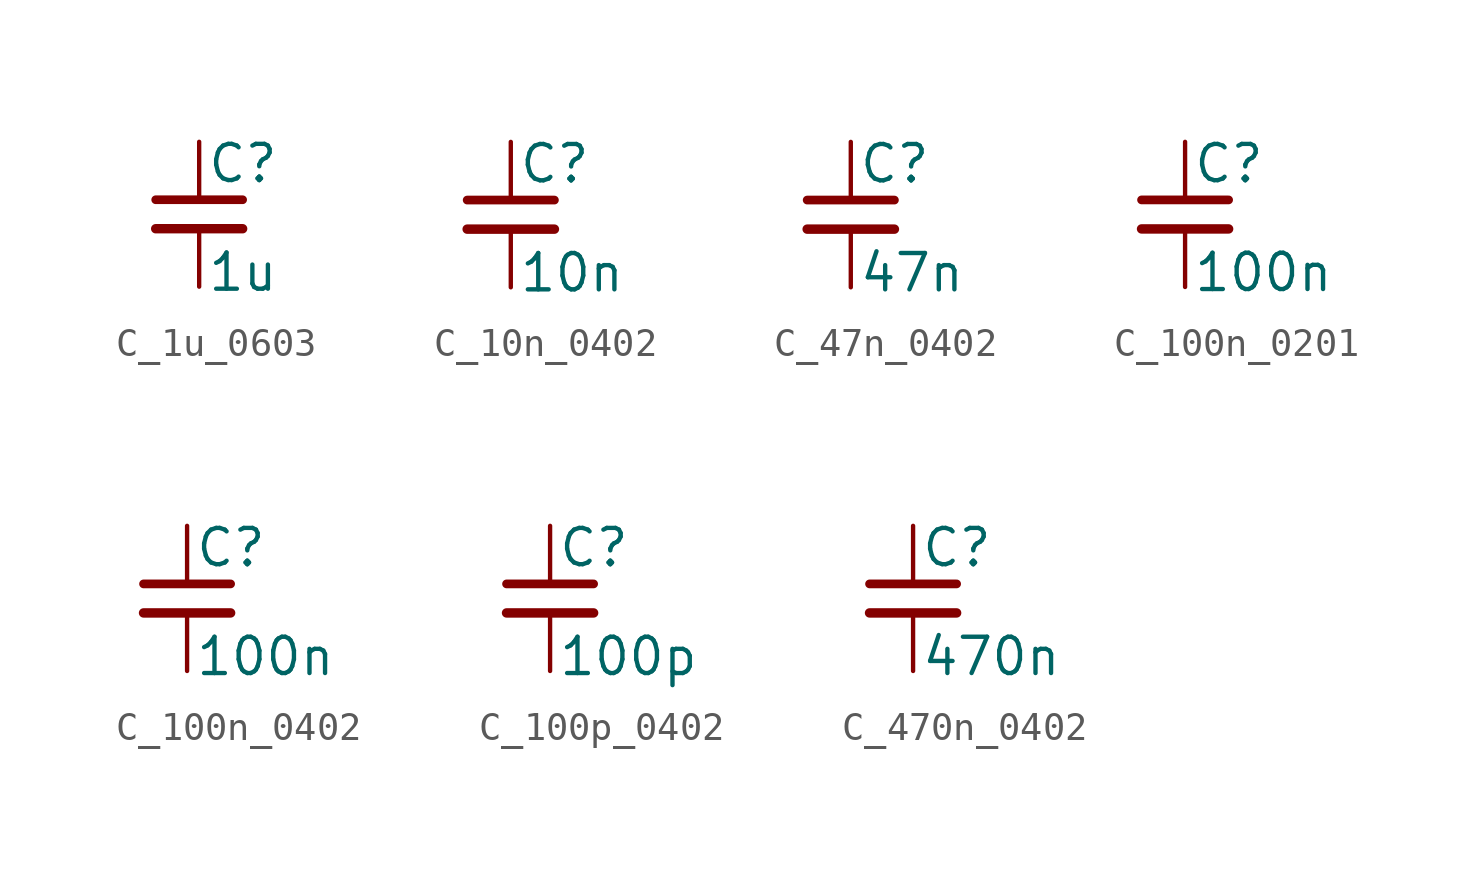
<source format=kicad_sym>
(kicad_symbol_lib
  (version 20220914)
  (generator kicad_symbol_editor)
  (symbol "C_1u_0603"
    (pin_numbers hide)
    (pin_names
      (offset 0.254) hide)
    (property "Reference" "C"
      (at 0.254 1.778 0)
      (effects (font (size 1.27 1.27)) (justify left)))
    (property "Value" "1u"
      (at 0.254 -2.032 0)
      (effects (font (size 1.27 1.27)) (justify left)))
    (symbol "C_1u_0603_0_1"
      (polyline (pts (xy -1.524 -0.508) (xy 1.524 -0.508)) (stroke (width 0.33) (type default)) (fill (type none)))
      (polyline (pts (xy -1.524 0.508) (xy 1.524 0.508)) (stroke (width 0.305) (type default)) (fill (type none))))
    (symbol "C_1u_0603_1_1"
      (pin passive line (at 0 2.54 270) (length 2.032) (name "~" (effects (font (size 1.27 1.27)))) (number "1" (effects (font (size 1.27 1.27)))))
      (pin passive line (at 0 -2.54 90) (length 2.032) (name "~" (effects (font (size 1.27 1.27)))) (number "2" (effects (font (size 1.27 1.27)))))))
  (symbol "C_10n_0402"
    (pin_numbers hide)
    (pin_names
      (offset 0.254) hide)
    (property "Reference" "C"
      (at 0.254 1.778 0)
      (effects (font (size 1.27 1.27)) (justify left)))
    (property "Value" "10n"
      (at 0.254 -2.032 0)
      (effects (font (size 1.27 1.27)) (justify left)))
    (symbol "C_10n_0402_0_1"
      (polyline (pts (xy -1.524 -0.508) (xy 1.524 -0.508)) (stroke (width 0.33) (type default)) (fill (type none)))
      (polyline (pts (xy -1.524 0.508) (xy 1.524 0.508)) (stroke (width 0.305) (type default)) (fill (type none))))
    (symbol "C_10n_0402_1_1"
      (pin passive line (at 0 2.54 270) (length 2.032) (name "~" (effects (font (size 1.27 1.27)))) (number "1" (effects (font (size 1.27 1.27)))))
      (pin passive line (at 0 -2.54 90) (length 2.032) (name "~" (effects (font (size 1.27 1.27)))) (number "2" (effects (font (size 1.27 1.27)))))))
  (symbol "C_47n_0402"
    (pin_numbers hide)
    (pin_names
      (offset 0.254) hide)
    (property "Reference" "C"
      (at 0.254 1.778 0)
      (effects (font (size 1.27 1.27)) (justify left)))
    (property "Value" "47n"
      (at 0.254 -2.032 0)
      (effects (font (size 1.27 1.27)) (justify left)))
    (symbol "C_47n_0402_0_1"
      (polyline (pts (xy -1.524 -0.508) (xy 1.524 -0.508)) (stroke (width 0.33) (type default)) (fill (type none)))
      (polyline (pts (xy -1.524 0.508) (xy 1.524 0.508)) (stroke (width 0.305) (type default)) (fill (type none))))
    (symbol "C_47n_0402_1_1"
      (pin passive line (at 0 2.54 270) (length 2.032) (name "~" (effects (font (size 1.27 1.27)))) (number "1" (effects (font (size 1.27 1.27)))))
      (pin passive line (at 0 -2.54 90) (length 2.032) (name "~" (effects (font (size 1.27 1.27)))) (number "2" (effects (font (size 1.27 1.27)))))))
  (symbol "C_100n_0201"
    (pin_numbers hide)
    (pin_names
      (offset 0.254) hide)
    (property "Reference" "C"
      (at 0.254 1.778 0)
      (effects (font (size 1.27 1.27)) (justify left)))
    (property "Value" "100n"
      (at 0.254 -2.032 0)
      (effects (font (size 1.27 1.27)) (justify left)))
    (symbol "C_100n_0201_0_1"
      (polyline (pts (xy -1.524 -0.508) (xy 1.524 -0.508)) (stroke (width 0.33) (type default)) (fill (type none)))
      (polyline (pts (xy -1.524 0.508) (xy 1.524 0.508)) (stroke (width 0.305) (type default)) (fill (type none))))
    (symbol "C_100n_0201_1_1"
      (pin passive line (at 0 2.54 270) (length 2.032) (name "~" (effects (font (size 1.27 1.27)))) (number "1" (effects (font (size 1.27 1.27)))))
      (pin passive line (at 0 -2.54 90) (length 2.032) (name "~" (effects (font (size 1.27 1.27)))) (number "2" (effects (font (size 1.27 1.27)))))))
  (symbol "C_100n_0402"
    (pin_numbers hide)
    (pin_names
      (offset 0.254) hide)
    (property "Reference" "C"
      (at 0.254 1.778 0)
      (effects (font (size 1.27 1.27)) (justify left)))
    (property "Value" "100n"
      (at 0.254 -2.032 0)
      (effects (font (size 1.27 1.27)) (justify left)))
    (symbol "C_100n_0402_0_1"
      (polyline (pts (xy -1.524 -0.508) (xy 1.524 -0.508)) (stroke (width 0.33) (type default)) (fill (type none)))
      (polyline (pts (xy -1.524 0.508) (xy 1.524 0.508)) (stroke (width 0.305) (type default)) (fill (type none))))
    (symbol "C_100n_0402_1_1"
      (pin passive line (at 0 2.54 270) (length 2.032) (name "~" (effects (font (size 1.27 1.27)))) (number "1" (effects (font (size 1.27 1.27)))))
      (pin passive line (at 0 -2.54 90) (length 2.032) (name "~" (effects (font (size 1.27 1.27)))) (number "2" (effects (font (size 1.27 1.27)))))))
  (symbol "C_100p_0402"
    (pin_numbers hide)
    (pin_names
      (offset 0.254) hide)
    (property "Reference" "C"
      (at 0.254 1.778 0)
      (effects (font (size 1.27 1.27)) (justify left)))
    (property "Value" "100p"
      (at 0.254 -2.032 0)
      (effects (font (size 1.27 1.27)) (justify left)))
    (symbol "C_100p_0402_0_1"
      (polyline (pts (xy -1.524 -0.508) (xy 1.524 -0.508)) (stroke (width 0.33) (type default)) (fill (type none)))
      (polyline (pts (xy -1.524 0.508) (xy 1.524 0.508)) (stroke (width 0.305) (type default)) (fill (type none))))
    (symbol "C_100p_0402_1_1"
      (pin passive line (at 0 2.54 270) (length 2.032) (name "~" (effects (font (size 1.27 1.27)))) (number "1" (effects (font (size 1.27 1.27)))))
      (pin passive line (at 0 -2.54 90) (length 2.032) (name "~" (effects (font (size 1.27 1.27)))) (number "2" (effects (font (size 1.27 1.27)))))))
  (symbol "C_470n_0402"
    (pin_numbers hide)
    (pin_names
      (offset 0.254) hide)
    (property "Reference" "C"
      (at 0.254 1.778 0)
      (effects (font (size 1.27 1.27)) (justify left)))
    (property "Value" "470n"
      (at 0.254 -2.032 0)
      (effects (font (size 1.27 1.27)) (justify left)))
    (symbol "C_470n_0402_0_1"
      (polyline (pts (xy -1.524 -0.508) (xy 1.524 -0.508)) (stroke (width 0.33) (type default)) (fill (type none)))
      (polyline (pts (xy -1.524 0.508) (xy 1.524 0.508)) (stroke (width 0.305) (type default)) (fill (type none))))
    (symbol "C_470n_0402_1_1"
      (pin passive line (at 0 2.54 270) (length 2.032) (name "~" (effects (font (size 1.27 1.27)))) (number "1" (effects (font (size 1.27 1.27)))))
      (pin passive line (at 0 -2.54 90) (length 2.032) (name "~" (effects (font (size 1.27 1.27)))) (number "2" (effects (font (size 1.27 1.27))))))))
</source>
